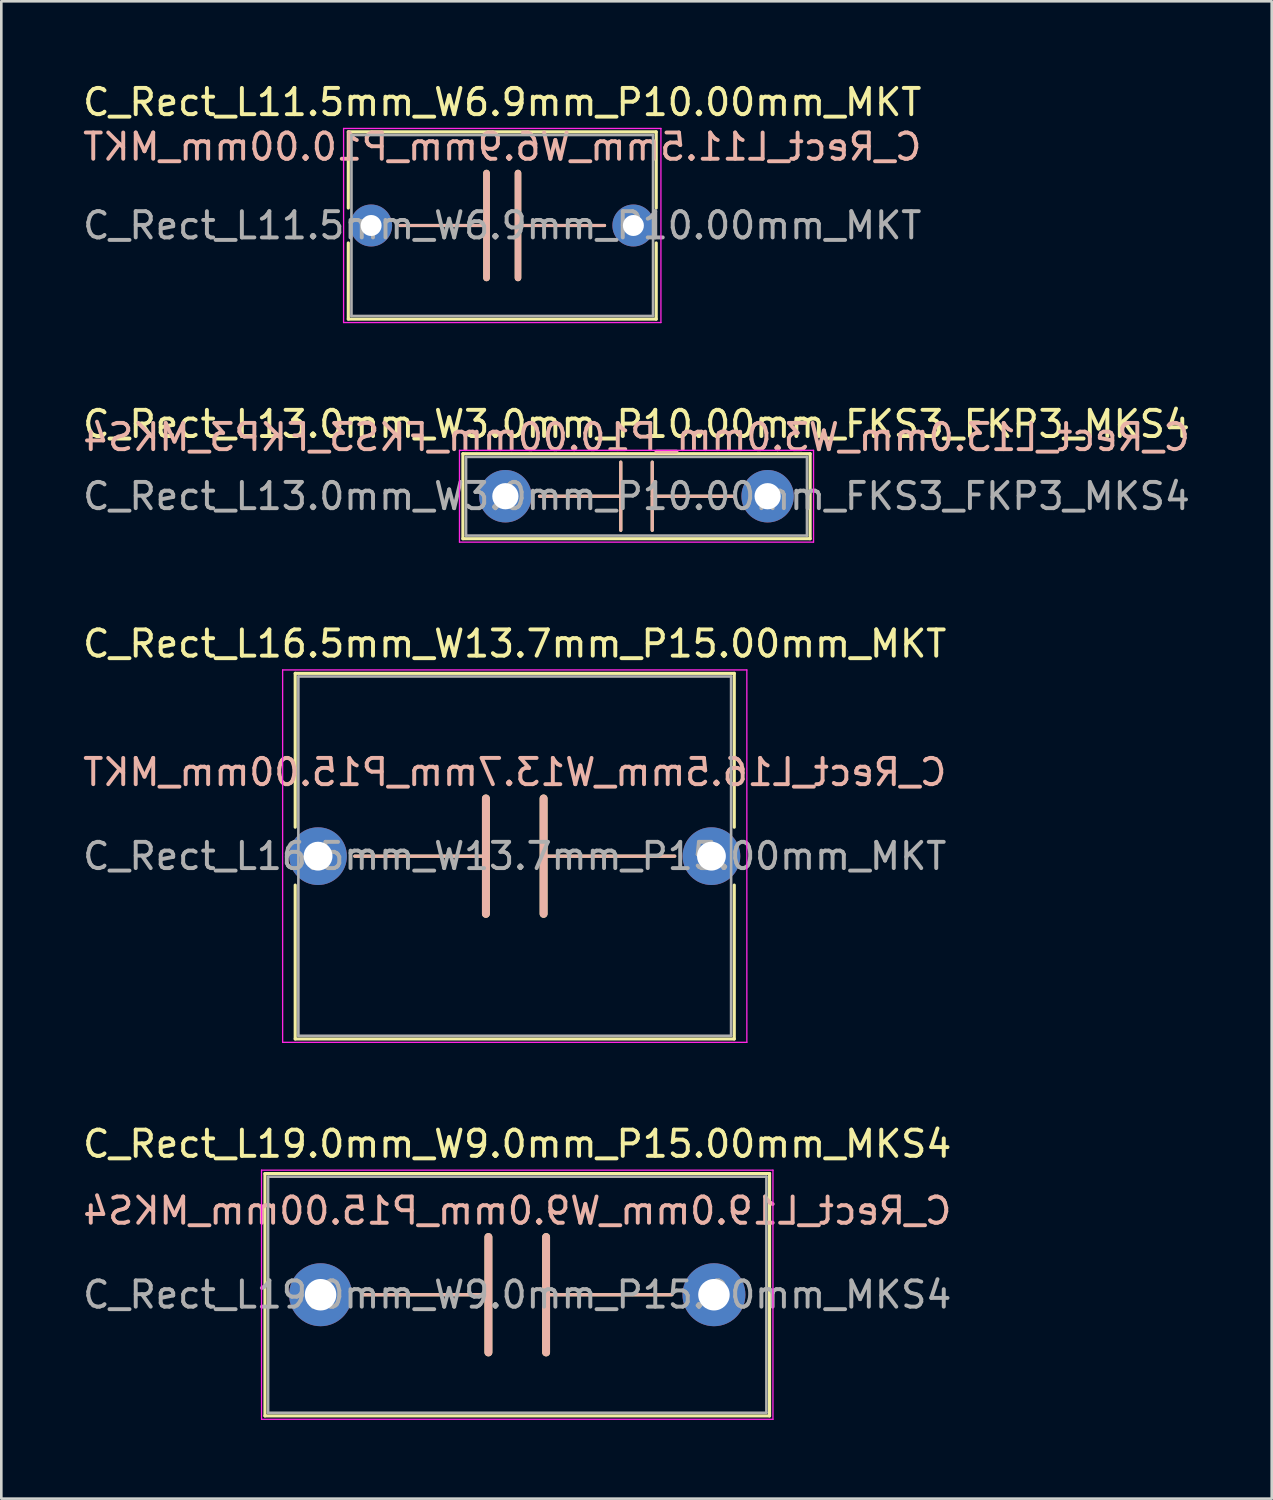
<source format=kicad_pcb>
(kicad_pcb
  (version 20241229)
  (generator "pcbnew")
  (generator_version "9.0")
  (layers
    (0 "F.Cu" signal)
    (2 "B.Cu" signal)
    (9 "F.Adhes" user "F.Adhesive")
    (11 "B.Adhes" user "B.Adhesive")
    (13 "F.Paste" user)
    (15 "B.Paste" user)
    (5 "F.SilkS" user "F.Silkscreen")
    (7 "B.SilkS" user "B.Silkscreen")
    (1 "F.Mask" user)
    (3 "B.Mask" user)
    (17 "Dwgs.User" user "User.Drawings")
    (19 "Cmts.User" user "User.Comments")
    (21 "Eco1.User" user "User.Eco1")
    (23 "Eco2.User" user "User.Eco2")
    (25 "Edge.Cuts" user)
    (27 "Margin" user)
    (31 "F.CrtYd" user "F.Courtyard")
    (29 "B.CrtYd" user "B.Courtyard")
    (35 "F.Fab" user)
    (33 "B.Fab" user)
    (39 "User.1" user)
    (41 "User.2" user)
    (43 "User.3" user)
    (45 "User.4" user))
  (footprint "C_Rect_L13.0mm_W3.0mm_P10.00mm_FKS3_FKP3_MKS4"
    (layer "F.Cu")
    (at 16.22 15.871)
    (property "Reference" "C_Rect_L13.0mm_W3.0mm_P10.00mm_FKS3_FKP3_MKS4" (at 5 -2.75 0) (layer "F.SilkS") (effects (font (size 1 1) (thickness 0.15))))
    (fp_line (start -1.62 -1.62) (end -1.62 1.62) (stroke (width 0.12) (type solid)) (layer "F.SilkS"))
    (fp_line (start -1.62 -1.62) (end 11.62 -1.62) (stroke (width 0.12) (type solid)) (layer "F.SilkS"))
    (fp_line (start -1.62 1.62) (end 11.62 1.62) (stroke (width 0.12) (type solid)) (layer "F.SilkS"))
    (fp_line (start 1.3 0) (end 4.4 0) (stroke (width 0.12) (type solid)) (layer "F.SilkS"))
    (fp_line (start 4.4 1.3) (end 4.4 -1.3) (stroke (width 0.12) (type solid)) (layer "F.SilkS"))
    (fp_line (start 5.6 1.3) (end 5.6 -1.3) (stroke (width 0.12) (type solid)) (layer "F.SilkS"))
    (fp_line (start 8.7 0) (end 5.6 0) (stroke (width 0.12) (type solid)) (layer "F.SilkS"))
    (fp_line (start 11.62 -1.62) (end 11.62 1.62) (stroke (width 0.12) (type solid)) (layer "F.SilkS"))
    (fp_line (start 1.3 0) (end 4.4 0) (stroke (width 0.12) (type solid)) (layer "B.SilkS"))
    (fp_line (start 4.4 -1.3) (end 4.4 1.3) (stroke (width 0.12) (type solid)) (layer "B.SilkS"))
    (fp_line (start 5.6 -1.3) (end 5.6 1.3) (stroke (width 0.12) (type solid)) (layer "B.SilkS"))
    (fp_line (start 8.7 0) (end 5.6 0) (stroke (width 0.12) (type solid)) (layer "B.SilkS"))
    (fp_line (start -1.75 -1.75) (end -1.75 1.75) (stroke (width 0.05) (type solid)) (layer "F.CrtYd"))
    (fp_line (start -1.75 1.75) (end 11.75 1.75) (stroke (width 0.05) (type solid)) (layer "F.CrtYd"))
    (fp_line (start 11.75 -1.75) (end -1.75 -1.75) (stroke (width 0.05) (type solid)) (layer "F.CrtYd"))
    (fp_line (start 11.75 1.75) (end 11.75 -1.75) (stroke (width 0.05) (type solid)) (layer "F.CrtYd"))
    (fp_line (start -1.5 -1.5) (end -1.5 1.5) (stroke (width 0.1) (type solid)) (layer "F.Fab"))
    (fp_line (start -1.5 1.5) (end 11.5 1.5) (stroke (width 0.1) (type solid)) (layer "F.Fab"))
    (fp_line (start 11.5 -1.5) (end -1.5 -1.5) (stroke (width 0.1) (type solid)) (layer "F.Fab"))
    (fp_line (start 11.5 1.5) (end 11.5 -1.5) (stroke (width 0.1) (type solid)) (layer "F.Fab"))
    (fp_text user "${REFERENCE}" (at 5 -2.25 0) (layer "B.SilkS") (effects (font (size 1 1) (thickness 0.15)) (justify mirror)))
    (fp_text user "${REFERENCE}" (at 5 0 0) (layer "F.Fab") (effects (font (size 1 1) (thickness 0.15))))
    (pad "1" thru_hole circle (at 0 0) (size 2 2) (drill 1) (layers "*.Cu" "*.Mask"))
    (pad "2" thru_hole circle (at 10 0) (size 2 2) (drill 1) (layers "*.Cu" "*.Mask")))
  (footprint "C_Rect_L16.5mm_W13.7mm_P15.00mm_MKT"
    (layer "F.Cu")
    (at 9.077 29.595)
    (property "Reference" "C_Rect_L16.5mm_W13.7mm_P15.00mm_MKT" (at 7.5 -8.1 0) (layer "F.SilkS") (effects (font (size 1 1) (thickness 0.15))))
    (fp_line (start -0.87 -6.97) (end -0.87 -1.104) (stroke (width 0.12) (type solid)) (layer "F.SilkS"))
    (fp_line (start -0.87 -6.97) (end 15.87 -6.97) (stroke (width 0.12) (type solid)) (layer "F.SilkS"))
    (fp_line (start -0.87 1.104) (end -0.87 6.97) (stroke (width 0.12) (type solid)) (layer "F.SilkS"))
    (fp_line (start -0.87 6.97) (end 15.87 6.97) (stroke (width 0.12) (type solid)) (layer "F.SilkS"))
    (fp_line (start 1.4 0) (end 6.4 0) (stroke (width 0.12) (type solid)) (layer "F.SilkS"))
    (fp_line (start 6.4 -2.2) (end 6.4 2.2) (stroke (width 0.3) (type solid)) (layer "F.SilkS"))
    (fp_line (start 8.6 -2.2) (end 8.6 2.2) (stroke (width 0.3) (type solid)) (layer "F.SilkS"))
    (fp_line (start 8.6 0) (end 13.6 0) (stroke (width 0.12) (type solid)) (layer "F.SilkS"))
    (fp_line (start 15.87 -6.97) (end 15.87 -1.104) (stroke (width 0.12) (type solid)) (layer "F.SilkS"))
    (fp_line (start 15.87 1.104) (end 15.87 6.97) (stroke (width 0.12) (type solid)) (layer "F.SilkS"))
    (fp_line (start 1.4 0) (end 6.4 0) (stroke (width 0.12) (type solid)) (layer "B.SilkS"))
    (fp_line (start 6.4 2.2) (end 6.4 -2.2) (stroke (width 0.3) (type solid)) (layer "B.SilkS"))
    (fp_line (start 8.6 0) (end 13.6 0) (stroke (width 0.12) (type solid)) (layer "B.SilkS"))
    (fp_line (start 8.6 2.2) (end 8.6 -2.2) (stroke (width 0.3) (type solid)) (layer "B.SilkS"))
    (fp_line (start -1.35 -7.1) (end -1.35 7.1) (stroke (width 0.05) (type solid)) (layer "F.CrtYd"))
    (fp_line (start -1.35 7.1) (end 16.35 7.1) (stroke (width 0.05) (type solid)) (layer "F.CrtYd"))
    (fp_line (start 16.35 -7.1) (end -1.35 -7.1) (stroke (width 0.05) (type solid)) (layer "F.CrtYd"))
    (fp_line (start 16.35 7.1) (end 16.35 -7.1) (stroke (width 0.05) (type solid)) (layer "F.CrtYd"))
    (fp_line (start -0.75 -6.85) (end -0.75 6.85) (stroke (width 0.1) (type solid)) (layer "F.Fab"))
    (fp_line (start -0.75 6.85) (end 15.75 6.85) (stroke (width 0.1) (type solid)) (layer "F.Fab"))
    (fp_line (start 15.75 -6.85) (end -0.75 -6.85) (stroke (width 0.1) (type solid)) (layer "F.Fab"))
    (fp_line (start 15.75 6.85) (end 15.75 -6.85) (stroke (width 0.1) (type solid)) (layer "F.Fab"))
    (fp_text user "${REFERENCE}" (at 7.5 -3.2 0) (layer "B.SilkS") (effects (font (size 1 1) (thickness 0.15)) (justify mirror)))
    (fp_text user "${REFERENCE}" (at 7.5 0 0) (layer "F.Fab") (effects (font (size 1 1) (thickness 0.15))))
    (pad "1" thru_hole circle (at 0 0) (size 2.2 2.2) (drill 1.1) (layers "*.Cu" "*.Mask"))
    (pad "2" thru_hole circle (at 15 0) (size 2.2 2.2) (drill 1.1) (layers "*.Cu" "*.Mask")))
  (footprint "C_Rect_L19.0mm_W9.0mm_P15.00mm_MKS4"
    (layer "F.Cu")
    (at 9.173 46.318)
    (property "Reference" "C_Rect_L19.0mm_W9.0mm_P15.00mm_MKS4" (at 7.5 -5.75 0) (layer "F.SilkS") (effects (font (size 1 1) (thickness 0.15))))
    (fp_line (start -2.12 -4.62) (end -2.12 4.62) (stroke (width 0.12) (type solid)) (layer "F.SilkS"))
    (fp_line (start -2.12 -4.62) (end 17.12 -4.62) (stroke (width 0.12) (type solid)) (layer "F.SilkS"))
    (fp_line (start -2.12 4.62) (end 17.12 4.62) (stroke (width 0.12) (type solid)) (layer "F.SilkS"))
    (fp_line (start 1.6 0) (end 6.4 0) (stroke (width 0.12) (type solid)) (layer "F.SilkS"))
    (fp_line (start 6.4 -2.2) (end 6.4 2.2) (stroke (width 0.3) (type solid)) (layer "F.SilkS"))
    (fp_line (start 8.6 -2.2) (end 8.6 2.2) (stroke (width 0.3) (type solid)) (layer "F.SilkS"))
    (fp_line (start 8.6 0) (end 13.4 0) (stroke (width 0.12) (type solid)) (layer "F.SilkS"))
    (fp_line (start 17.12 -4.62) (end 17.12 4.62) (stroke (width 0.12) (type solid)) (layer "F.SilkS"))
    (fp_line (start 1.6 0) (end 6.4 0) (stroke (width 0.12) (type solid)) (layer "B.SilkS"))
    (fp_line (start 6.4 2.2) (end 6.4 -2.2) (stroke (width 0.3) (type solid)) (layer "B.SilkS"))
    (fp_line (start 8.6 0) (end 13.4 0) (stroke (width 0.12) (type solid)) (layer "B.SilkS"))
    (fp_line (start 8.6 2.2) (end 8.6 -2.2) (stroke (width 0.3) (type solid)) (layer "B.SilkS"))
    (fp_line (start -2.25 -4.75) (end -2.25 4.75) (stroke (width 0.05) (type solid)) (layer "F.CrtYd"))
    (fp_line (start -2.25 4.75) (end 17.25 4.75) (stroke (width 0.05) (type solid)) (layer "F.CrtYd"))
    (fp_line (start 17.25 -4.75) (end -2.25 -4.75) (stroke (width 0.05) (type solid)) (layer "F.CrtYd"))
    (fp_line (start 17.25 4.75) (end 17.25 -4.75) (stroke (width 0.05) (type solid)) (layer "F.CrtYd"))
    (fp_line (start -2 -4.5) (end -2 4.5) (stroke (width 0.1) (type solid)) (layer "F.Fab"))
    (fp_line (start -2 4.5) (end 17 4.5) (stroke (width 0.1) (type solid)) (layer "F.Fab"))
    (fp_line (start 17 -4.5) (end -2 -4.5) (stroke (width 0.1) (type solid)) (layer "F.Fab"))
    (fp_line (start 17 4.5) (end 17 -4.5) (stroke (width 0.1) (type solid)) (layer "F.Fab"))
    (fp_text user "${REFERENCE}" (at 7.5 -3.2 0) (layer "B.SilkS") (effects (font (size 1 1) (thickness 0.15)) (justify mirror)))
    (fp_text user "${REFERENCE}" (at 7.5 0 0) (layer "F.Fab") (effects (font (size 1 1) (thickness 0.15))))
    (pad "1" thru_hole circle (at 0 0) (size 2.4 2.4) (drill 1.2) (layers "*.Cu" "*.Mask"))
    (pad "2" thru_hole circle (at 15 0) (size 2.4 2.4) (drill 1.2) (layers "*.Cu" "*.Mask")))
  (footprint "C_Rect_L11.5mm_W6.9mm_P10.00mm_MKT"
    (layer "F.Cu")
    (at 11.101 5.548)
    (property "Reference" "C_Rect_L11.5mm_W6.9mm_P10.00mm_MKT" (at 5 -4.7 0) (layer "F.SilkS") (effects (font (size 1 1) (thickness 0.15))))
    (fp_line (start -0.87 -3.57) (end -0.87 -0.665) (stroke (width 0.12) (type solid)) (layer "F.SilkS"))
    (fp_line (start -0.87 -3.57) (end 10.87 -3.57) (stroke (width 0.12) (type solid)) (layer "F.SilkS"))
    (fp_line (start -0.87 0.665) (end -0.87 3.57) (stroke (width 0.12) (type solid)) (layer "F.SilkS"))
    (fp_line (start -0.87 3.57) (end 10.87 3.57) (stroke (width 0.12) (type solid)) (layer "F.SilkS"))
    (fp_line (start 1.1 0) (end 4.4 0) (stroke (width 0.12) (type solid)) (layer "F.SilkS"))
    (fp_line (start 4.4 2) (end 4.4 -2) (stroke (width 0.25) (type solid)) (layer "F.SilkS"))
    (fp_line (start 5.6 2) (end 5.6 -2) (stroke (width 0.25) (type solid)) (layer "F.SilkS"))
    (fp_line (start 8.9 0) (end 5.6 0) (stroke (width 0.12) (type solid)) (layer "F.SilkS"))
    (fp_line (start 10.87 -3.57) (end 10.87 -0.665) (stroke (width 0.12) (type solid)) (layer "F.SilkS"))
    (fp_line (start 10.87 0.665) (end 10.87 3.57) (stroke (width 0.12) (type solid)) (layer "F.SilkS"))
    (fp_line (start 1.1 0) (end 4.4 0) (stroke (width 0.12) (type solid)) (layer "B.SilkS"))
    (fp_line (start 4.4 -2) (end 4.4 2) (stroke (width 0.25) (type solid)) (layer "B.SilkS"))
    (fp_line (start 5.6 -2) (end 5.6 2) (stroke (width 0.25) (type solid)) (layer "B.SilkS"))
    (fp_line (start 8.9 0) (end 5.6 0) (stroke (width 0.12) (type solid)) (layer "B.SilkS"))
    (fp_line (start -1.05 -3.7) (end -1.05 3.7) (stroke (width 0.05) (type solid)) (layer "F.CrtYd"))
    (fp_line (start -1.05 3.7) (end 11.05 3.7) (stroke (width 0.05) (type solid)) (layer "F.CrtYd"))
    (fp_line (start 11.05 -3.7) (end -1.05 -3.7) (stroke (width 0.05) (type solid)) (layer "F.CrtYd"))
    (fp_line (start 11.05 3.7) (end 11.05 -3.7) (stroke (width 0.05) (type solid)) (layer "F.CrtYd"))
    (fp_line (start -0.75 -3.45) (end -0.75 3.45) (stroke (width 0.1) (type solid)) (layer "F.Fab"))
    (fp_line (start -0.75 3.45) (end 10.75 3.45) (stroke (width 0.1) (type solid)) (layer "F.Fab"))
    (fp_line (start 10.75 -3.45) (end -0.75 -3.45) (stroke (width 0.1) (type solid)) (layer "F.Fab"))
    (fp_line (start 10.75 3.45) (end 10.75 -3.45) (stroke (width 0.1) (type solid)) (layer "F.Fab"))
    (fp_text user "${REFERENCE}" (at 5 -3 0) (layer "B.SilkS") (effects (font (size 1 1) (thickness 0.15)) (justify mirror)))
    (fp_text user "${REFERENCE}" (at 5 0 0) (layer "F.Fab") (effects (font (size 1 1) (thickness 0.15))))
    (pad "1" thru_hole circle (at 0 0) (size 1.6 1.6) (drill 0.8) (layers "*.Cu" "*.Mask"))
    (pad "2" thru_hole circle (at 10 0) (size 1.6 1.6) (drill 0.8) (layers "*.Cu" "*.Mask")))
  (gr_rect
    (start -3 -3)
    (end 45.44 54.093)
    (stroke (width 0.1) (type default))
    (fill no)
    (layer "Edge.Cuts")))
</source>
